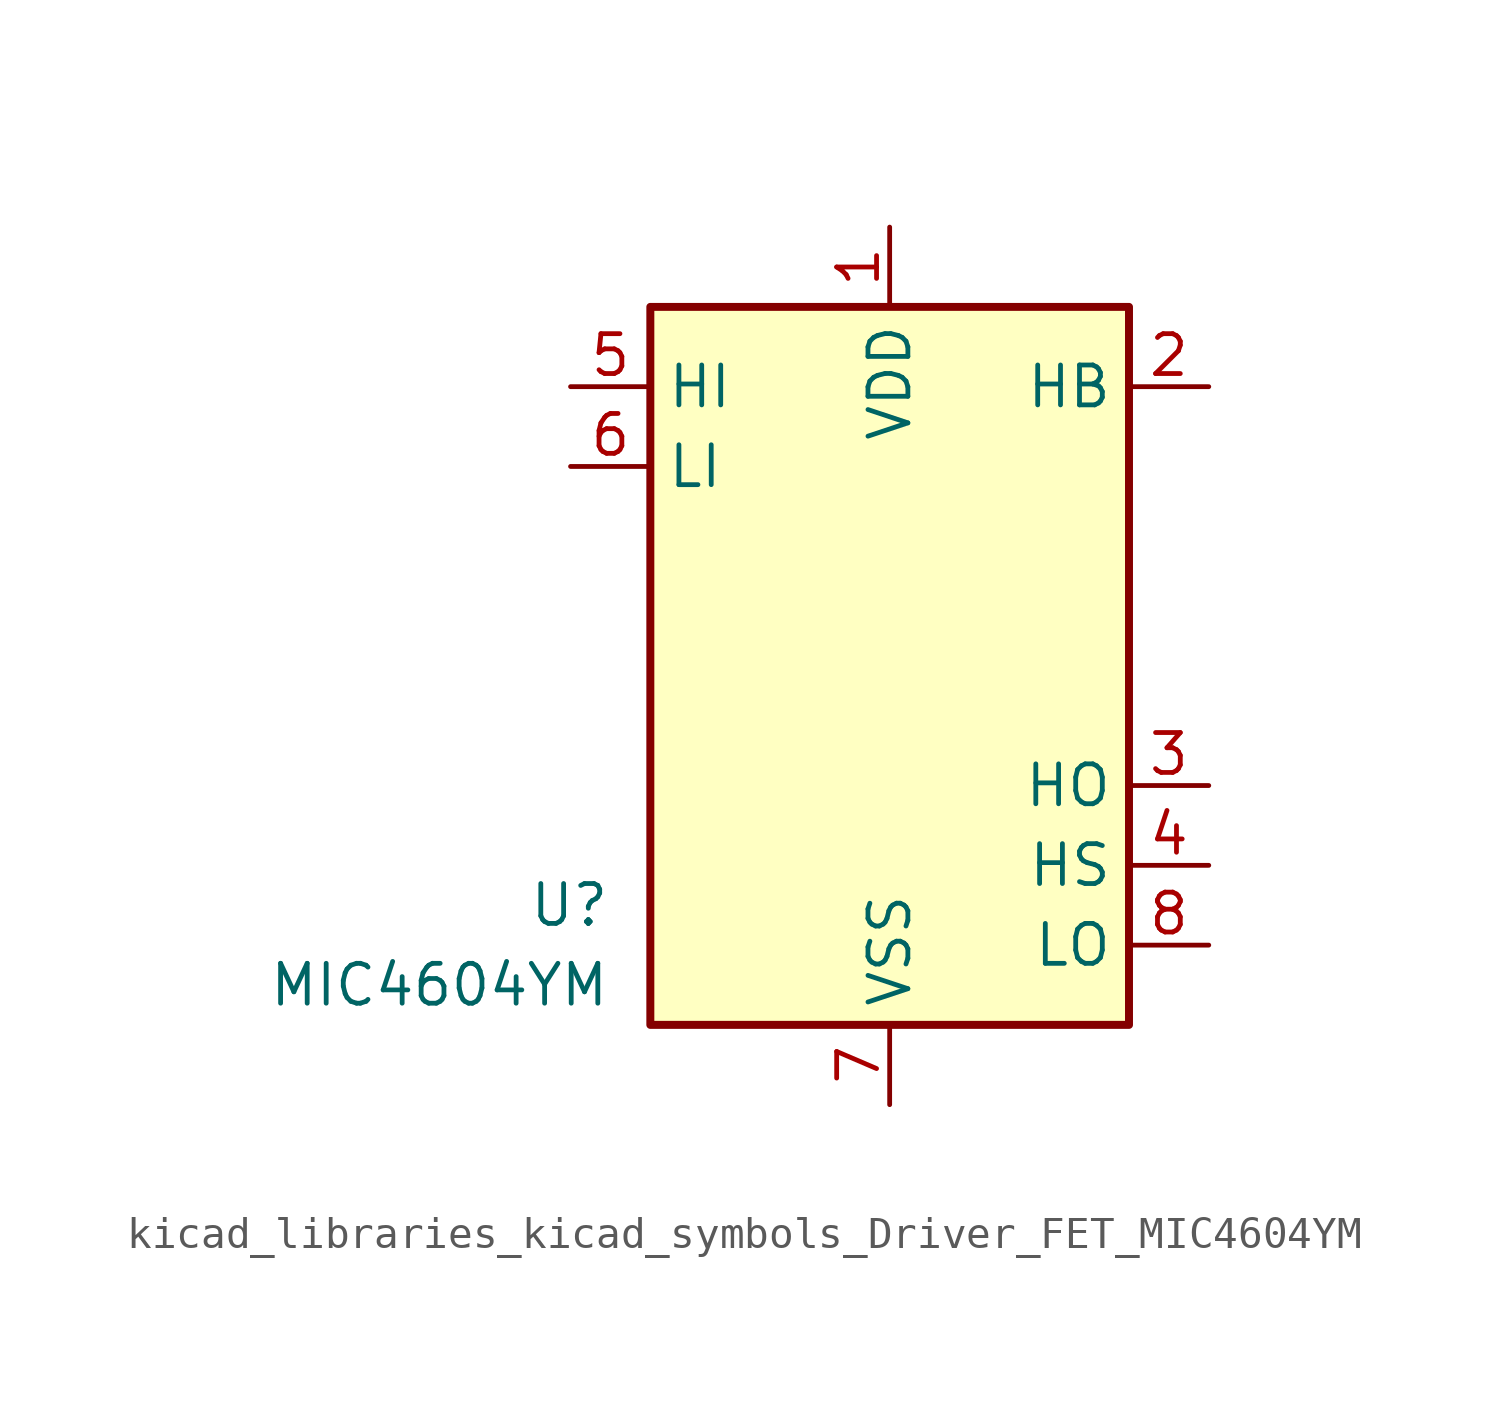
<source format=kicad_sym>
(kicad_symbol_lib
  (version 20220914)
  (generator kicad_symbol_editor)
  (symbol "kicad_libraries_kicad_symbols_Driver_FET_MIC4604YM"
    (property "Reference" "U"
      (at -8.89 -8.89 0)
      (effects (font (size 1.27 1.27)) (justify right)))
    (property "Value" "MIC4604YM"
      (at -8.89 -11.43 0)
      (effects (font (size 1.27 1.27)) (justify right)))
    (symbol "kicad_libraries_kicad_symbols_Driver_FET_MIC4604YM_0_1"
      (rectangle (start -7.62 -12.7) (end 7.62 10.16) (stroke (width 0.254) (type default)) (fill (type background))))
    (symbol "kicad_libraries_kicad_symbols_Driver_FET_MIC4604YM_1_1"
      (pin power_in line (at 0 12.7 270) (length 2.54) (name "VDD" (effects (font (size 1.27 1.27)))) (number "1" (effects (font (size 1.27 1.27)))))
      (pin passive line (at 10.16 7.62 180) (length 2.54) (name "HB" (effects (font (size 1.27 1.27)))) (number "2" (effects (font (size 1.27 1.27)))))
      (pin output line (at 10.16 -5.08 180) (length 2.54) (name "HO" (effects (font (size 1.27 1.27)))) (number "3" (effects (font (size 1.27 1.27)))))
      (pin passive line (at 10.16 -7.62 180) (length 2.54) (name "HS" (effects (font (size 1.27 1.27)))) (number "4" (effects (font (size 1.27 1.27)))))
      (pin input line (at -10.16 7.62 0) (length 2.54) (name "HI" (effects (font (size 1.27 1.27)))) (number "5" (effects (font (size 1.27 1.27)))))
      (pin input line (at -10.16 5.08 0) (length 2.54) (name "LI" (effects (font (size 1.27 1.27)))) (number "6" (effects (font (size 1.27 1.27)))))
      (pin power_in line (at 0 -15.24 90) (length 2.54) (name "VSS" (effects (font (size 1.27 1.27)))) (number "7" (effects (font (size 1.27 1.27)))))
      (pin output line (at 10.16 -10.16 180) (length 2.54) (name "LO" (effects (font (size 1.27 1.27)))) (number "8" (effects (font (size 1.27 1.27))))))))
</source>
